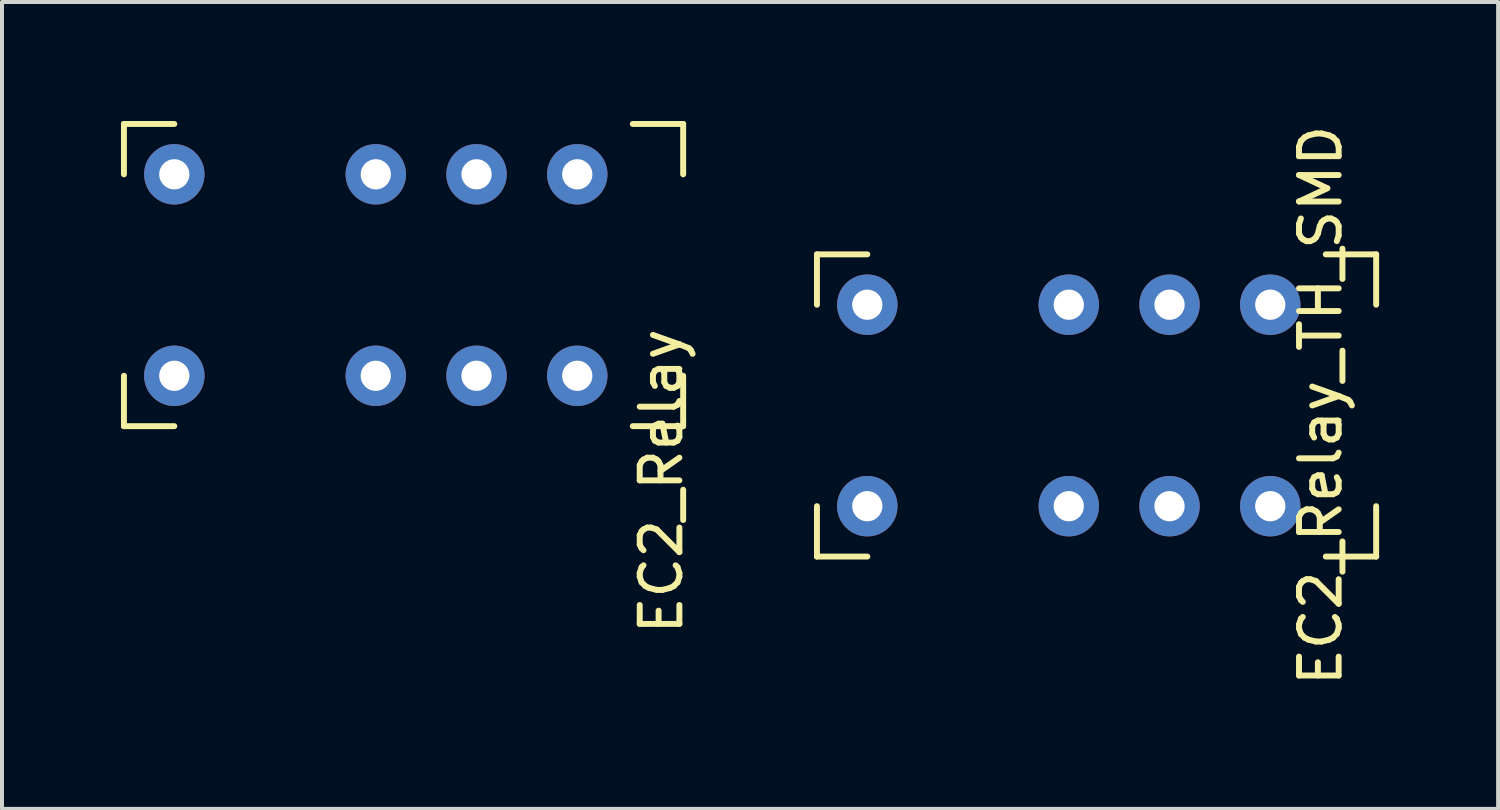
<source format=kicad_pcb>
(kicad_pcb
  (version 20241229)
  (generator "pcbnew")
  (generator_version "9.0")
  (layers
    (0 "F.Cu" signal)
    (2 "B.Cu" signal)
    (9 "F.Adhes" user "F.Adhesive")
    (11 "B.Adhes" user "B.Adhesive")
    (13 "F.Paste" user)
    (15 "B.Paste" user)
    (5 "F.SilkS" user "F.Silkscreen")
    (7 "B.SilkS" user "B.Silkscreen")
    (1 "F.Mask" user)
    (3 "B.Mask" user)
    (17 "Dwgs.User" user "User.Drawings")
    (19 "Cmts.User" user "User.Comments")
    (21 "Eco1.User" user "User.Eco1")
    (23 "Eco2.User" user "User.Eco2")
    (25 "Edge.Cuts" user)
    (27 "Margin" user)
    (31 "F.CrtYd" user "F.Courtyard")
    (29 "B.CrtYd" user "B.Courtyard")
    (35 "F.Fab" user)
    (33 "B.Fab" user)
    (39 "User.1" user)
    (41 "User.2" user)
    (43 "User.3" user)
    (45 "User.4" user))
  (footprint "EC2_Relay"
    (layer "F.Cu")
    (at 6.425 3.885)
    (property "Reference" "EC2_Relay" (at 7.2 5.2 90) (layer "F.SilkS") (effects (font (size 1 1) (thickness 0.15))))
    (attr through_hole)
    (fp_line (start -6.35 -3.81) (end -5.08 -3.81) (stroke (width 0.15) (type solid)) (layer "F.SilkS"))
    (fp_line (start -6.35 -2.54) (end -6.35 -3.81) (stroke (width 0.15) (type solid)) (layer "F.SilkS"))
    (fp_line (start -6.35 3.81) (end -6.35 2.54) (stroke (width 0.15) (type solid)) (layer "F.SilkS"))
    (fp_line (start -5.08 3.81) (end -6.35 3.81) (stroke (width 0.15) (type solid)) (layer "F.SilkS"))
    (fp_line (start 6.48 -3.81) (end 7.75 -3.81) (stroke (width 0.15) (type solid)) (layer "F.SilkS"))
    (fp_line (start 7.75 -3.81) (end 7.75 -2.54) (stroke (width 0.15) (type solid)) (layer "F.SilkS"))
    (fp_line (start 7.75 2.54) (end 7.75 3.81) (stroke (width 0.15) (type solid)) (layer "F.SilkS"))
    (fp_line (start 7.75 3.81) (end 6.48 3.81) (stroke (width 0.15) (type solid)) (layer "F.SilkS"))
    (pad "1" thru_hole circle (at -5.08 2.54) (size 1.524 1.524) (drill 0.762) (layers "*.Cu" "*.Mask"))
    (pad "3" thru_hole circle (at 0 2.54) (size 1.524 1.524) (drill 0.762) (layers "*.Cu" "*.Mask"))
    (pad "4" thru_hole circle (at 2.54 2.54) (size 1.524 1.524) (drill 0.762) (layers "*.Cu" "*.Mask"))
    (pad "5" thru_hole circle (at 5.08 2.54) (size 1.524 1.524) (drill 0.762) (layers "*.Cu" "*.Mask"))
    (pad "8" thru_hole circle (at 5.08 -2.54) (size 1.524 1.524) (drill 0.762) (layers "*.Cu" "*.Mask"))
    (pad "9" thru_hole circle (at 2.54 -2.54) (size 1.524 1.524) (drill 0.762) (layers "*.Cu" "*.Mask"))
    (pad "10" thru_hole circle (at 0 -2.54) (size 1.524 1.524) (drill 0.762) (layers "*.Cu" "*.Mask"))
    (pad "12" thru_hole circle (at -5.08 -2.54) (size 1.524 1.524) (drill 0.762) (layers "*.Cu" "*.Mask")))
  (footprint "EC2_Relay_TH_SMD"
    (layer "F.Cu")
    (at 23.898 7.173)
    (property "Reference" "EC2_Relay_TH_SMD" (at 6.35 0 90) (layer "F.SilkS") (effects (font (size 1 1) (thickness 0.15))))
    (attr through_hole)
    (fp_line (start -6.35 -3.81) (end -5.08 -3.81) (stroke (width 0.15) (type solid)) (layer "F.SilkS"))
    (fp_line (start -6.35 -2.54) (end -6.35 -3.81) (stroke (width 0.15) (type solid)) (layer "F.SilkS"))
    (fp_line (start -6.35 3.81) (end -6.35 2.54) (stroke (width 0.15) (type solid)) (layer "F.SilkS"))
    (fp_line (start -5.08 3.81) (end -6.35 3.81) (stroke (width 0.15) (type solid)) (layer "F.SilkS"))
    (fp_line (start 6.48 -3.81) (end 7.75 -3.81) (stroke (width 0.15) (type solid)) (layer "F.SilkS"))
    (fp_line (start 7.75 -3.81) (end 7.75 -2.54) (stroke (width 0.15) (type solid)) (layer "F.SilkS"))
    (fp_line (start 7.75 2.54) (end 7.75 3.81) (stroke (width 0.15) (type solid)) (layer "F.SilkS"))
    (fp_line (start 7.75 3.81) (end 6.48 3.81) (stroke (width 0.15) (type solid)) (layer "F.SilkS"))
    (pad "1" thru_hole circle (at -5.08 2.54) (size 1.524 1.524) (drill 0.762) (layers "*.Cu" "*.Mask"))
    (pad "3" thru_hole circle (at 0 2.54) (size 1.524 1.524) (drill 0.762) (layers "*.Cu" "*.Mask"))
    (pad "4" thru_hole circle (at 2.54 2.54) (size 1.524 1.524) (drill 0.762) (layers "*.Cu" "*.Mask"))
    (pad "5" thru_hole circle (at 5.08 2.54) (size 1.524 1.524) (drill 0.762) (layers "*.Cu" "*.Mask"))
    (pad "8" thru_hole circle (at 5.08 -2.54) (size 1.524 1.524) (drill 0.762) (layers "*.Cu" "*.Mask"))
    (pad "9" thru_hole circle (at 2.54 -2.54) (size 1.524 1.524) (drill 0.762) (layers "*.Cu" "*.Mask"))
    (pad "10" thru_hole circle (at 0 -2.54) (size 1.524 1.524) (drill 0.762) (layers "*.Cu" "*.Mask"))
    (pad "12" thru_hole circle (at -5.08 -2.54) (size 1.524 1.524) (drill 0.762) (layers "*.Cu" "*.Mask")))
  (gr_rect
    (start -3 -3)
    (end 34.723 17.345)
    (stroke (width 0.1) (type default))
    (fill no)
    (layer "Edge.Cuts")))
</source>
